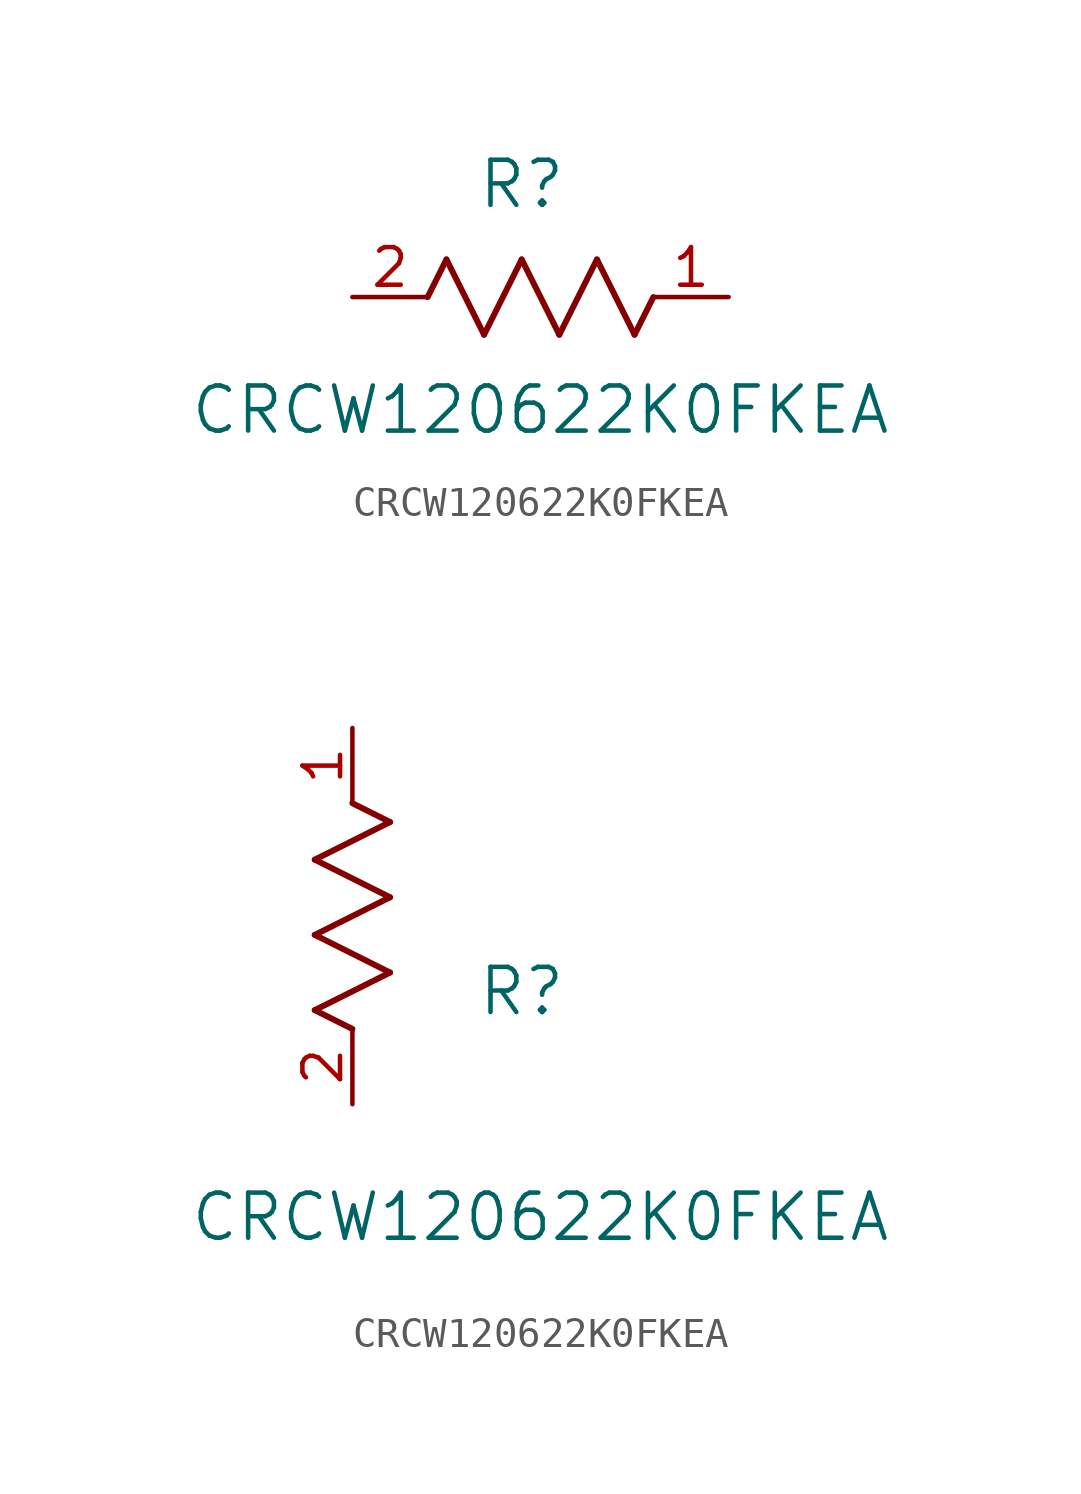
<source format=kicad_sym>
(kicad_symbol_lib
  (version 20211014)
  (generator kicad_symbol_editor)
  (symbol "CRCW120622K0FKEA"
    (pin_names
      (offset 0.254))
    (property "Reference" "R"
      (at 5.715 3.81 0)
      (effects (font (size 1.524 1.524))))
    (property "Value" "CRCW120622K0FKEA"
      (at 6.35 -3.81 0)
      (effects (font (size 1.524 1.524))))
    (symbol "CRCW120622K0FKEA_1_1"
      (polyline (pts (xy 3.175 1.27) (xy 4.445 -1.27)) (stroke (width 0.203) (type default) (color 0 0 0 0)) (fill (type none)))
      (polyline (pts (xy 4.445 -1.27) (xy 5.715 1.27)) (stroke (width 0.203) (type default) (color 0 0 0 0)) (fill (type none)))
      (polyline (pts (xy 5.715 1.27) (xy 6.985 -1.27)) (stroke (width 0.203) (type default) (color 0 0 0 0)) (fill (type none)))
      (polyline (pts (xy 6.985 -1.27) (xy 8.255 1.27)) (stroke (width 0.203) (type default) (color 0 0 0 0)) (fill (type none)))
      (polyline (pts (xy 8.255 1.27) (xy 9.525 -1.27)) (stroke (width 0.203) (type default) (color 0 0 0 0)) (fill (type none)))
      (polyline (pts (xy 2.54 0) (xy 3.175 1.27)) (stroke (width 0.203) (type default) (color 0 0 0 0)) (fill (type none)))
      (polyline (pts (xy 9.525 -1.27) (xy 10.16 0)) (stroke (width 0.203) (type default) (color 0 0 0 0)) (fill (type none)))
      (pin unspecified line (at 0 0 0) (length 2.54) (name "" (effects (font (size 1.27 1.27)))) (number "2" (effects (font (size 1.27 1.27)))))
      (pin unspecified line (at 12.7 0 180) (length 2.54) (name "" (effects (font (size 1.27 1.27)))) (number "1" (effects (font (size 1.27 1.27))))))
    (symbol "CRCW120622K0FKEA_1_2"
      (polyline (pts (xy 0 2.54) (xy -1.27 3.175)) (stroke (width 0.203) (type default) (color 0 0 0 0)) (fill (type none)))
      (polyline (pts (xy -1.27 3.175) (xy 1.27 4.445)) (stroke (width 0.203) (type default) (color 0 0 0 0)) (fill (type none)))
      (polyline (pts (xy 1.27 4.445) (xy -1.27 5.715)) (stroke (width 0.203) (type default) (color 0 0 0 0)) (fill (type none)))
      (polyline (pts (xy -1.27 5.715) (xy 1.27 6.985)) (stroke (width 0.203) (type default) (color 0 0 0 0)) (fill (type none)))
      (polyline (pts (xy -1.27 8.255) (xy 1.27 9.525)) (stroke (width 0.203) (type default) (color 0 0 0 0)) (fill (type none)))
      (polyline (pts (xy 1.27 9.525) (xy 0 10.16)) (stroke (width 0.203) (type default) (color 0 0 0 0)) (fill (type none)))
      (polyline (pts (xy 1.27 6.985) (xy -1.27 8.255)) (stroke (width 0.203) (type default) (color 0 0 0 0)) (fill (type none)))
      (pin unspecified line (at 0 0 90) (length 2.54) (name "" (effects (font (size 1.27 1.27)))) (number "2" (effects (font (size 1.27 1.27)))))
      (pin unspecified line (at 0 12.7 270) (length 2.54) (name "" (effects (font (size 1.27 1.27)))) (number "1" (effects (font (size 1.27 1.27))))))))
</source>
